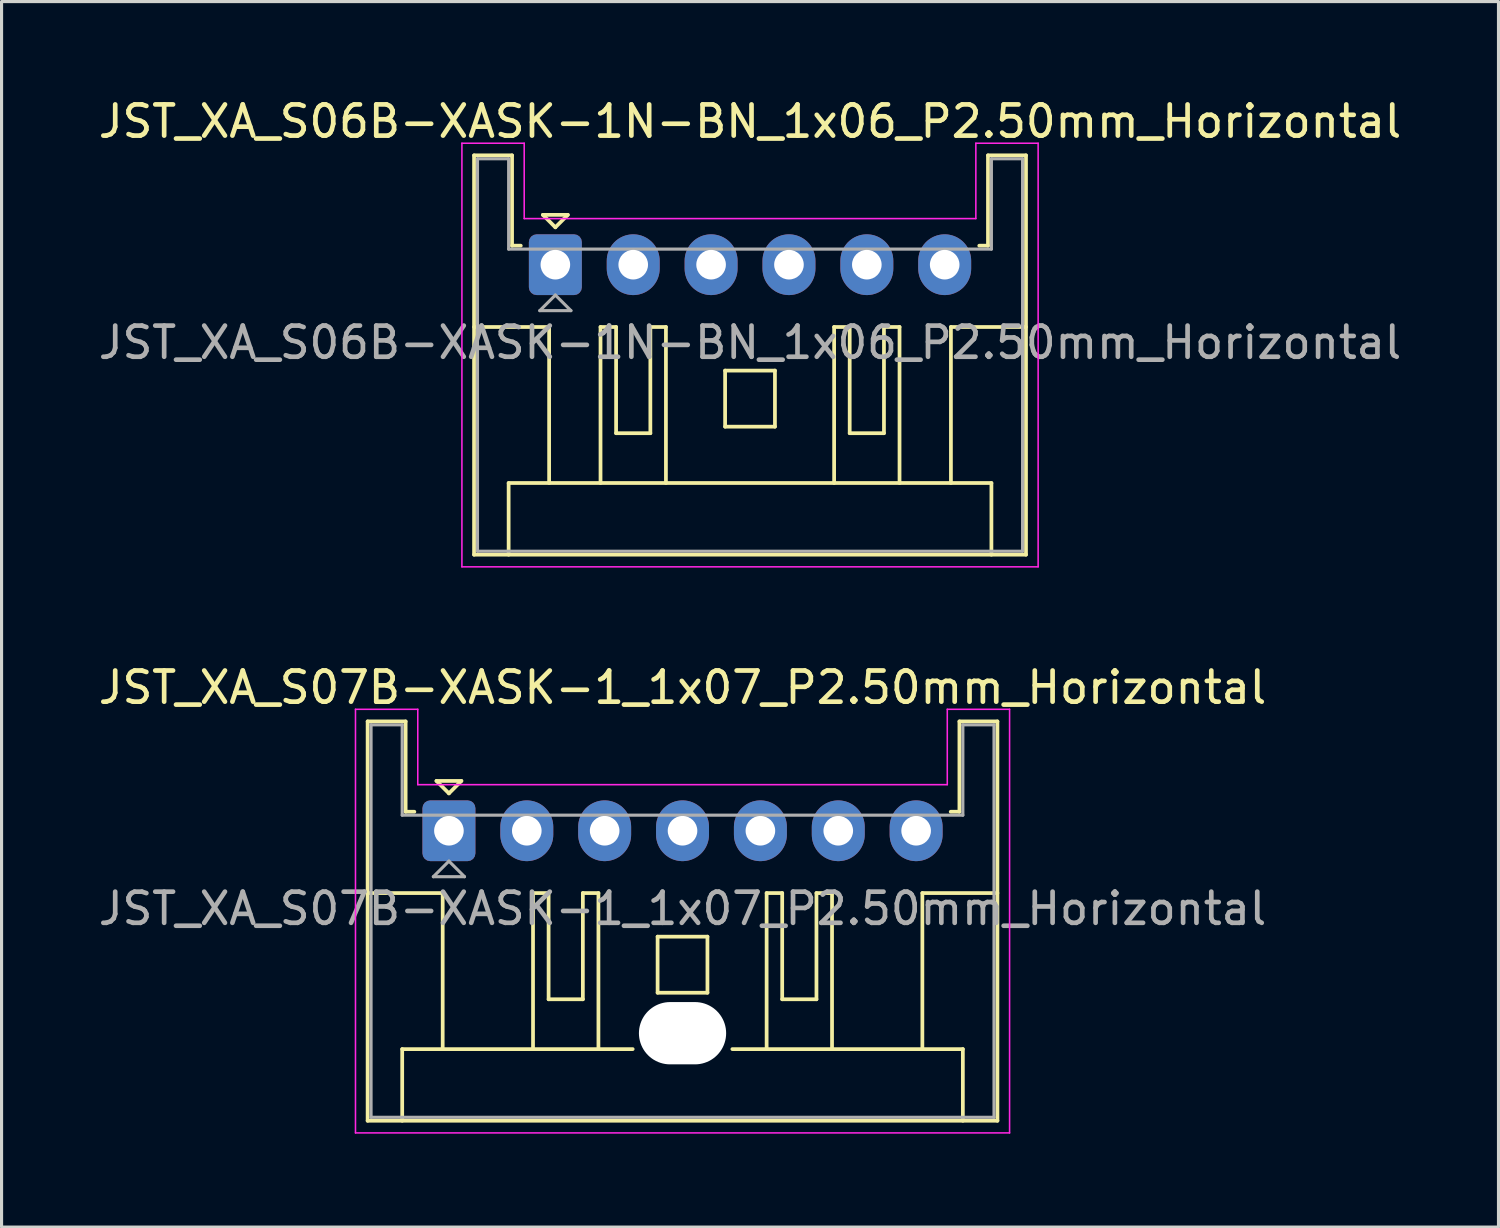
<source format=kicad_pcb>
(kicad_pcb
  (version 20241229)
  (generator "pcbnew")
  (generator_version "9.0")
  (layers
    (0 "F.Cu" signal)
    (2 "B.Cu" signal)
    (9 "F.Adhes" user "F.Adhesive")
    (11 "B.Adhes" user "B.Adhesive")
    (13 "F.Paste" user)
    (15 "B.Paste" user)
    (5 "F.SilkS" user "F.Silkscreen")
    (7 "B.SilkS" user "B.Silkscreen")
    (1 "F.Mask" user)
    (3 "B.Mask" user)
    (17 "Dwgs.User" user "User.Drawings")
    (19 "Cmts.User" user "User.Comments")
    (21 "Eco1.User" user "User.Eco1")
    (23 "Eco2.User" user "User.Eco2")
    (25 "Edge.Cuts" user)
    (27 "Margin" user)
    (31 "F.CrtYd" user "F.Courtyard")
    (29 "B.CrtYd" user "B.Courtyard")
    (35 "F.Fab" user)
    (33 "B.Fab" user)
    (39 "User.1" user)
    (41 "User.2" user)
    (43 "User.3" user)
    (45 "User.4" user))
  (footprint "JST_XA_S07B-XASK-1_1x07_P2.50mm_Horizontal"
    (layer "F.Cu")
    (at 11.363 23.622)
    (property "Reference" "JST_XA_S07B-XASK-1_1x07_P2.50mm_Horizontal" (at 7.5 -4.6 0) (layer "F.SilkS") (effects (font (size 1 1) (thickness 0.15))))
    (attr through_hole)
    (fp_line (start -2.61 -3.51) (end -2.61 9.31) (stroke (width 0.12) (type solid)) (layer "F.SilkS"))
    (fp_line (start -2.61 9.31) (end 17.61 9.31) (stroke (width 0.12) (type solid)) (layer "F.SilkS"))
    (fp_line (start -1.5 7.01) (end 5.9 7.01) (stroke (width 0.12) (type solid)) (layer "F.SilkS"))
    (fp_line (start -1.5 9.31) (end -1.5 7.01) (stroke (width 0.12) (type solid)) (layer "F.SilkS"))
    (fp_line (start -1.39 -3.51) (end -2.61 -3.51) (stroke (width 0.12) (type solid)) (layer "F.SilkS"))
    (fp_line (start -1.39 -0.61) (end -1.39 -3.51) (stroke (width 0.12) (type solid)) (layer "F.SilkS"))
    (fp_line (start -1.11 -0.61) (end -1.39 -0.61) (stroke (width 0.12) (type solid)) (layer "F.SilkS"))
    (fp_line (start -0.4 -1.6) (end 0.4 -1.6) (stroke (width 0.12) (type solid)) (layer "F.SilkS"))
    (fp_line (start -0.2 2) (end -2.61 2) (stroke (width 0.12) (type solid)) (layer "F.SilkS"))
    (fp_line (start -0.2 7.01) (end -0.2 2) (stroke (width 0.12) (type solid)) (layer "F.SilkS"))
    (fp_line (start 0 -1.2) (end -0.4 -1.6) (stroke (width 0.12) (type solid)) (layer "F.SilkS"))
    (fp_line (start 0.4 -1.6) (end 0 -1.2) (stroke (width 0.12) (type solid)) (layer "F.SilkS"))
    (fp_line (start 2.7 2) (end 2.7 7.01) (stroke (width 0.12) (type solid)) (layer "F.SilkS"))
    (fp_line (start 3.2 2) (end 2.7 2) (stroke (width 0.12) (type solid)) (layer "F.SilkS"))
    (fp_line (start 3.2 5.41) (end 3.2 2) (stroke (width 0.12) (type solid)) (layer "F.SilkS"))
    (fp_line (start 4.3 2) (end 4.3 5.41) (stroke (width 0.12) (type solid)) (layer "F.SilkS"))
    (fp_line (start 4.3 5.41) (end 3.2 5.41) (stroke (width 0.12) (type solid)) (layer "F.SilkS"))
    (fp_line (start 4.8 2) (end 4.3 2) (stroke (width 0.12) (type solid)) (layer "F.SilkS"))
    (fp_line (start 4.8 7.01) (end 4.8 2) (stroke (width 0.12) (type solid)) (layer "F.SilkS"))
    (fp_line (start 6.7 3.4) (end 8.3 3.4) (stroke (width 0.12) (type solid)) (layer "F.SilkS"))
    (fp_line (start 6.7 5.2) (end 6.7 3.4) (stroke (width 0.12) (type solid)) (layer "F.SilkS"))
    (fp_line (start 8.3 3.4) (end 8.3 5.2) (stroke (width 0.12) (type solid)) (layer "F.SilkS"))
    (fp_line (start 8.3 5.2) (end 6.7 5.2) (stroke (width 0.12) (type solid)) (layer "F.SilkS"))
    (fp_line (start 9.1 7.01) (end 16.5 7.01) (stroke (width 0.12) (type solid)) (layer "F.SilkS"))
    (fp_line (start 10.2 2) (end 10.7 2) (stroke (width 0.12) (type solid)) (layer "F.SilkS"))
    (fp_line (start 10.2 7.01) (end 10.2 2) (stroke (width 0.12) (type solid)) (layer "F.SilkS"))
    (fp_line (start 10.7 2) (end 10.7 5.41) (stroke (width 0.12) (type solid)) (layer "F.SilkS"))
    (fp_line (start 10.7 5.41) (end 11.8 5.41) (stroke (width 0.12) (type solid)) (layer "F.SilkS"))
    (fp_line (start 11.8 2) (end 12.3 2) (stroke (width 0.12) (type solid)) (layer "F.SilkS"))
    (fp_line (start 11.8 5.41) (end 11.8 2) (stroke (width 0.12) (type solid)) (layer "F.SilkS"))
    (fp_line (start 12.3 2) (end 12.3 7.01) (stroke (width 0.12) (type solid)) (layer "F.SilkS"))
    (fp_line (start 15.2 2) (end 17.61 2) (stroke (width 0.12) (type solid)) (layer "F.SilkS"))
    (fp_line (start 15.2 7.01) (end 15.2 2) (stroke (width 0.12) (type solid)) (layer "F.SilkS"))
    (fp_line (start 16.39 -3.51) (end 16.39 -0.61) (stroke (width 0.12) (type solid)) (layer "F.SilkS"))
    (fp_line (start 16.39 -0.61) (end 16.11 -0.61) (stroke (width 0.12) (type solid)) (layer "F.SilkS"))
    (fp_line (start 16.5 7.01) (end 16.5 9.31) (stroke (width 0.12) (type solid)) (layer "F.SilkS"))
    (fp_line (start 17.61 -3.51) (end 16.39 -3.51) (stroke (width 0.12) (type solid)) (layer "F.SilkS"))
    (fp_line (start 17.61 9.31) (end 17.61 -3.51) (stroke (width 0.12) (type solid)) (layer "F.SilkS"))
    (fp_line (start -3 -3.9) (end -3 9.7) (stroke (width 0.05) (type solid)) (layer "F.CrtYd"))
    (fp_line (start -3 9.7) (end 18 9.7) (stroke (width 0.05) (type solid)) (layer "F.CrtYd"))
    (fp_line (start -1 -3.9) (end -3 -3.9) (stroke (width 0.05) (type solid)) (layer "F.CrtYd"))
    (fp_line (start -1 -1.48) (end -1 -3.9) (stroke (width 0.05) (type solid)) (layer "F.CrtYd"))
    (fp_line (start 16 -3.9) (end 16 -1.48) (stroke (width 0.05) (type solid)) (layer "F.CrtYd"))
    (fp_line (start 16 -1.48) (end -1 -1.48) (stroke (width 0.05) (type solid)) (layer "F.CrtYd"))
    (fp_line (start 18 -3.9) (end 16 -3.9) (stroke (width 0.05) (type solid)) (layer "F.CrtYd"))
    (fp_line (start 18 9.7) (end 18 -3.9) (stroke (width 0.05) (type solid)) (layer "F.CrtYd"))
    (fp_line (start -2.5 -3.4) (end -2.5 9.2) (stroke (width 0.1) (type solid)) (layer "F.Fab"))
    (fp_line (start -2.5 9.2) (end 17.5 9.2) (stroke (width 0.1) (type solid)) (layer "F.Fab"))
    (fp_line (start -1.5 -3.4) (end -2.5 -3.4) (stroke (width 0.1) (type solid)) (layer "F.Fab"))
    (fp_line (start -1.5 -0.5) (end -1.5 -3.4) (stroke (width 0.1) (type solid)) (layer "F.Fab"))
    (fp_line (start -0.5 1.475) (end 0.5 1.475) (stroke (width 0.1) (type solid)) (layer "F.Fab"))
    (fp_line (start 0 0.975) (end -0.5 1.475) (stroke (width 0.1) (type solid)) (layer "F.Fab"))
    (fp_line (start 0.5 1.475) (end 0 0.975) (stroke (width 0.1) (type solid)) (layer "F.Fab"))
    (fp_line (start 16.5 -3.4) (end 16.5 -0.5) (stroke (width 0.1) (type solid)) (layer "F.Fab"))
    (fp_line (start 16.5 -0.5) (end -1.5 -0.5) (stroke (width 0.1) (type solid)) (layer "F.Fab"))
    (fp_line (start 17.5 -3.4) (end 16.5 -3.4) (stroke (width 0.1) (type solid)) (layer "F.Fab"))
    (fp_line (start 17.5 9.2) (end 17.5 -3.4) (stroke (width 0.1) (type solid)) (layer "F.Fab"))
    (fp_text user "${REFERENCE}" (at 7.5 2.5 0) (layer "F.Fab") (effects (font (size 1 1) (thickness 0.15))))
    (pad "" np_thru_hole oval (at 7.5 6.5) (size 2.8 2) (drill oval 2.8 2) (layers "*.Cu" "*.Mask"))
    (pad "1" thru_hole roundrect (at 0 0) (size 1.7 1.95) (drill 0.95) (layers "*.Cu" "*.Mask") (roundrect_rratio 0.147))
    (pad "2" thru_hole oval (at 2.5 0) (size 1.7 1.95) (drill 0.95) (layers "*.Cu" "*.Mask"))
    (pad "3" thru_hole oval (at 5 0) (size 1.7 1.95) (drill 0.95) (layers "*.Cu" "*.Mask"))
    (pad "4" thru_hole oval (at 7.5 0) (size 1.7 1.95) (drill 0.95) (layers "*.Cu" "*.Mask"))
    (pad "5" thru_hole oval (at 10 0) (size 1.7 1.95) (drill 0.95) (layers "*.Cu" "*.Mask"))
    (pad "6" thru_hole oval (at 12.5 0) (size 1.7 1.95) (drill 0.95) (layers "*.Cu" "*.Mask"))
    (pad "7" thru_hole oval (at 15 0) (size 1.7 1.95) (drill 0.95) (layers "*.Cu" "*.Mask")))
  (footprint "JST_XA_S06B-XASK-1N-BN_1x06_P2.50mm_Horizontal"
    (layer "F.Cu")
    (at 14.78 5.448)
    (property "Reference" "JST_XA_S06B-XASK-1N-BN_1x06_P2.50mm_Horizontal" (at 6.25 -4.6 0) (layer "F.SilkS") (effects (font (size 1 1) (thickness 0.15))))
    (attr through_hole)
    (fp_line (start -2.61 -3.51) (end -2.61 9.31) (stroke (width 0.12) (type solid)) (layer "F.SilkS"))
    (fp_line (start -2.61 9.31) (end 15.11 9.31) (stroke (width 0.12) (type solid)) (layer "F.SilkS"))
    (fp_line (start -1.5 7.01) (end 14 7.01) (stroke (width 0.12) (type solid)) (layer "F.SilkS"))
    (fp_line (start -1.5 9.31) (end -1.5 7.01) (stroke (width 0.12) (type solid)) (layer "F.SilkS"))
    (fp_line (start -1.39 -3.51) (end -2.61 -3.51) (stroke (width 0.12) (type solid)) (layer "F.SilkS"))
    (fp_line (start -1.39 -0.61) (end -1.39 -3.51) (stroke (width 0.12) (type solid)) (layer "F.SilkS"))
    (fp_line (start -1.11 -0.61) (end -1.39 -0.61) (stroke (width 0.12) (type solid)) (layer "F.SilkS"))
    (fp_line (start -0.4 -1.6) (end 0.4 -1.6) (stroke (width 0.12) (type solid)) (layer "F.SilkS"))
    (fp_line (start -0.2 2) (end -2.61 2) (stroke (width 0.12) (type solid)) (layer "F.SilkS"))
    (fp_line (start -0.2 7.01) (end -0.2 2) (stroke (width 0.12) (type solid)) (layer "F.SilkS"))
    (fp_line (start 0 -1.2) (end -0.4 -1.6) (stroke (width 0.12) (type solid)) (layer "F.SilkS"))
    (fp_line (start 0.4 -1.6) (end 0 -1.2) (stroke (width 0.12) (type solid)) (layer "F.SilkS"))
    (fp_line (start 1.45 2) (end 1.45 7.01) (stroke (width 0.12) (type solid)) (layer "F.SilkS"))
    (fp_line (start 1.95 2) (end 1.45 2) (stroke (width 0.12) (type solid)) (layer "F.SilkS"))
    (fp_line (start 1.95 5.41) (end 1.95 2) (stroke (width 0.12) (type solid)) (layer "F.SilkS"))
    (fp_line (start 3.05 2) (end 3.05 5.41) (stroke (width 0.12) (type solid)) (layer "F.SilkS"))
    (fp_line (start 3.05 5.41) (end 1.95 5.41) (stroke (width 0.12) (type solid)) (layer "F.SilkS"))
    (fp_line (start 3.55 2) (end 3.05 2) (stroke (width 0.12) (type solid)) (layer "F.SilkS"))
    (fp_line (start 3.55 7.01) (end 3.55 2) (stroke (width 0.12) (type solid)) (layer "F.SilkS"))
    (fp_line (start 5.45 3.4) (end 7.05 3.4) (stroke (width 0.12) (type solid)) (layer "F.SilkS"))
    (fp_line (start 5.45 5.2) (end 5.45 3.4) (stroke (width 0.12) (type solid)) (layer "F.SilkS"))
    (fp_line (start 7.05 3.4) (end 7.05 5.2) (stroke (width 0.12) (type solid)) (layer "F.SilkS"))
    (fp_line (start 7.05 5.2) (end 5.45 5.2) (stroke (width 0.12) (type solid)) (layer "F.SilkS"))
    (fp_line (start 8.95 2) (end 9.45 2) (stroke (width 0.12) (type solid)) (layer "F.SilkS"))
    (fp_line (start 8.95 7.01) (end 8.95 2) (stroke (width 0.12) (type solid)) (layer "F.SilkS"))
    (fp_line (start 9.45 2) (end 9.45 5.41) (stroke (width 0.12) (type solid)) (layer "F.SilkS"))
    (fp_line (start 9.45 5.41) (end 10.55 5.41) (stroke (width 0.12) (type solid)) (layer "F.SilkS"))
    (fp_line (start 10.55 2) (end 11.05 2) (stroke (width 0.12) (type solid)) (layer "F.SilkS"))
    (fp_line (start 10.55 5.41) (end 10.55 2) (stroke (width 0.12) (type solid)) (layer "F.SilkS"))
    (fp_line (start 11.05 2) (end 11.05 7.01) (stroke (width 0.12) (type solid)) (layer "F.SilkS"))
    (fp_line (start 12.7 2) (end 15.11 2) (stroke (width 0.12) (type solid)) (layer "F.SilkS"))
    (fp_line (start 12.7 7.01) (end 12.7 2) (stroke (width 0.12) (type solid)) (layer "F.SilkS"))
    (fp_line (start 13.89 -3.51) (end 13.89 -0.61) (stroke (width 0.12) (type solid)) (layer "F.SilkS"))
    (fp_line (start 13.89 -0.61) (end 13.61 -0.61) (stroke (width 0.12) (type solid)) (layer "F.SilkS"))
    (fp_line (start 14 7.01) (end 14 9.31) (stroke (width 0.12) (type solid)) (layer "F.SilkS"))
    (fp_line (start 15.11 -3.51) (end 13.89 -3.51) (stroke (width 0.12) (type solid)) (layer "F.SilkS"))
    (fp_line (start 15.11 9.31) (end 15.11 -3.51) (stroke (width 0.12) (type solid)) (layer "F.SilkS"))
    (fp_line (start -3 -3.9) (end -3 9.7) (stroke (width 0.05) (type solid)) (layer "F.CrtYd"))
    (fp_line (start -3 9.7) (end 15.5 9.7) (stroke (width 0.05) (type solid)) (layer "F.CrtYd"))
    (fp_line (start -1 -3.9) (end -3 -3.9) (stroke (width 0.05) (type solid)) (layer "F.CrtYd"))
    (fp_line (start -1 -1.48) (end -1 -3.9) (stroke (width 0.05) (type solid)) (layer "F.CrtYd"))
    (fp_line (start 13.5 -3.9) (end 13.5 -1.48) (stroke (width 0.05) (type solid)) (layer "F.CrtYd"))
    (fp_line (start 13.5 -1.48) (end -1 -1.48) (stroke (width 0.05) (type solid)) (layer "F.CrtYd"))
    (fp_line (start 15.5 -3.9) (end 13.5 -3.9) (stroke (width 0.05) (type solid)) (layer "F.CrtYd"))
    (fp_line (start 15.5 9.7) (end 15.5 -3.9) (stroke (width 0.05) (type solid)) (layer "F.CrtYd"))
    (fp_line (start -2.5 -3.4) (end -2.5 9.2) (stroke (width 0.1) (type solid)) (layer "F.Fab"))
    (fp_line (start -2.5 9.2) (end 15 9.2) (stroke (width 0.1) (type solid)) (layer "F.Fab"))
    (fp_line (start -1.5 -3.4) (end -2.5 -3.4) (stroke (width 0.1) (type solid)) (layer "F.Fab"))
    (fp_line (start -1.5 -0.5) (end -1.5 -3.4) (stroke (width 0.1) (type solid)) (layer "F.Fab"))
    (fp_line (start -0.5 1.475) (end 0.5 1.475) (stroke (width 0.1) (type solid)) (layer "F.Fab"))
    (fp_line (start 0 0.975) (end -0.5 1.475) (stroke (width 0.1) (type solid)) (layer "F.Fab"))
    (fp_line (start 0.5 1.475) (end 0 0.975) (stroke (width 0.1) (type solid)) (layer "F.Fab"))
    (fp_line (start 14 -3.4) (end 14 -0.5) (stroke (width 0.1) (type solid)) (layer "F.Fab"))
    (fp_line (start 14 -0.5) (end -1.5 -0.5) (stroke (width 0.1) (type solid)) (layer "F.Fab"))
    (fp_line (start 15 -3.4) (end 14 -3.4) (stroke (width 0.1) (type solid)) (layer "F.Fab"))
    (fp_line (start 15 9.2) (end 15 -3.4) (stroke (width 0.1) (type solid)) (layer "F.Fab"))
    (fp_text user "${REFERENCE}" (at 6.25 2.5 0) (layer "F.Fab") (effects (font (size 1 1) (thickness 0.15))))
    (pad "1" thru_hole roundrect (at 0 0) (size 1.7 1.95) (drill 0.95) (layers "*.Cu" "*.Mask") (roundrect_rratio 0.147))
    (pad "2" thru_hole oval (at 2.5 0) (size 1.7 1.95) (drill 0.95) (layers "*.Cu" "*.Mask"))
    (pad "3" thru_hole oval (at 5 0) (size 1.7 1.95) (drill 0.95) (layers "*.Cu" "*.Mask"))
    (pad "4" thru_hole oval (at 7.5 0) (size 1.7 1.95) (drill 0.95) (layers "*.Cu" "*.Mask"))
    (pad "5" thru_hole oval (at 10 0) (size 1.7 1.95) (drill 0.95) (layers "*.Cu" "*.Mask"))
    (pad "6" thru_hole oval (at 12.5 0) (size 1.7 1.95) (drill 0.95) (layers "*.Cu" "*.Mask")))
  (gr_rect
    (start -3 -3)
    (end 45.06 36.346)
    (stroke (width 0.1) (type default))
    (fill no)
    (layer "Edge.Cuts")))
</source>
